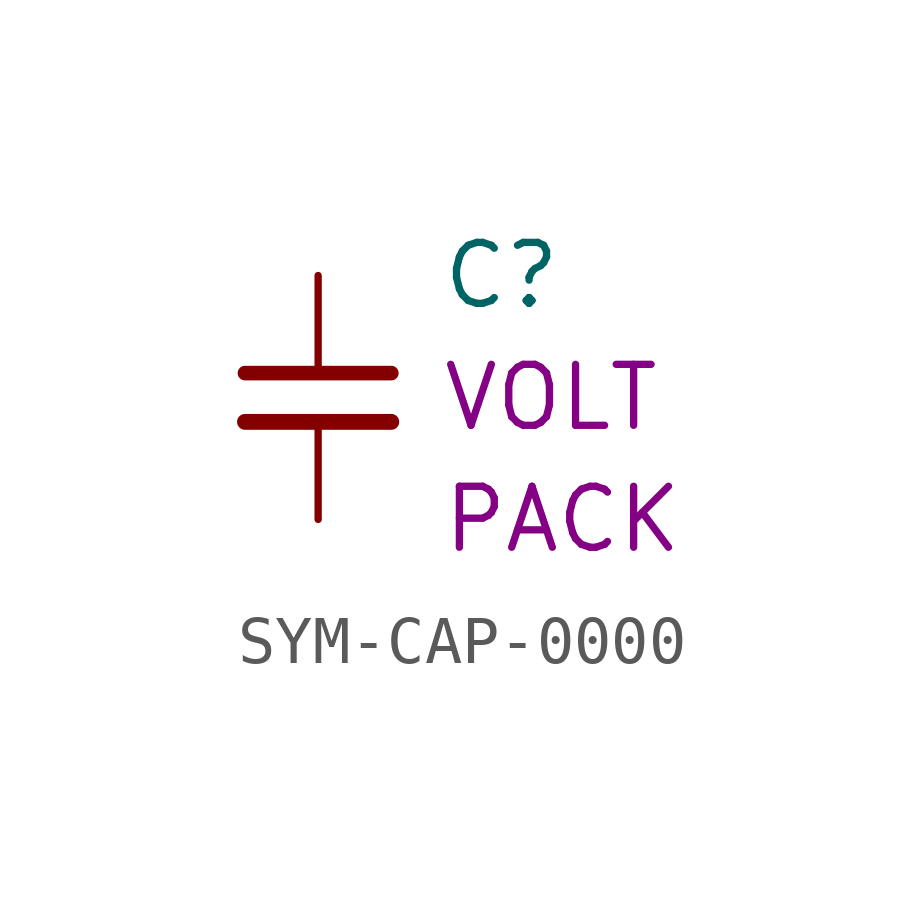
<source format=kicad_sym>
(kicad_symbol_lib
  (version 20241209)
  (generator "kicad_symbol_editor")
  (generator_version "9.0")
  (symbol "SYM-CAP-0000"
    (pin_numbers
      (hide yes))
    (pin_names
      (offset 0.254)
      (hide yes))
    (property "Reference" "C"
      (at 2.54 2.54 0)
      (effects (font (size 1.27 1.27)) (justify left)))
    (property "Value" ""
      (at 2.54 1.27 0)
      (effects (font (size 1 1)) (justify left)))
    (property "Voltage Rating" "VOLT"
      (at 2.54 0 0)
      (effects (font (size 1.27 1.27)) (justify left)))
    (property "Package" "PACK"
      (at 2.54 -2.54 0)
      (effects (font (size 1.27 1.27)) (justify left)))
    (symbol "SYM-CAP-0000_0_1"
      (polyline (pts (xy -1.524 0.508) (xy 1.524 0.508)) (stroke (width 0.305) (type default)) (fill (type none)))
      (polyline (pts (xy -1.524 -0.508) (xy 1.524 -0.508)) (stroke (width 0.33) (type default)) (fill (type none))))
    (symbol "SYM-CAP-0000_1_1"
      (pin passive line (at 0 2.54 270) (length 2.032) (name "~" (effects (font (size 1.27 1.27)))) (number "1" (effects (font (size 1.27 1.27)))))
      (pin passive line (at 0 -2.54 90) (length 2.032) (name "~" (effects (font (size 1.27 1.27)))) (number "2" (effects (font (size 1.27 1.27))))))))
</source>
